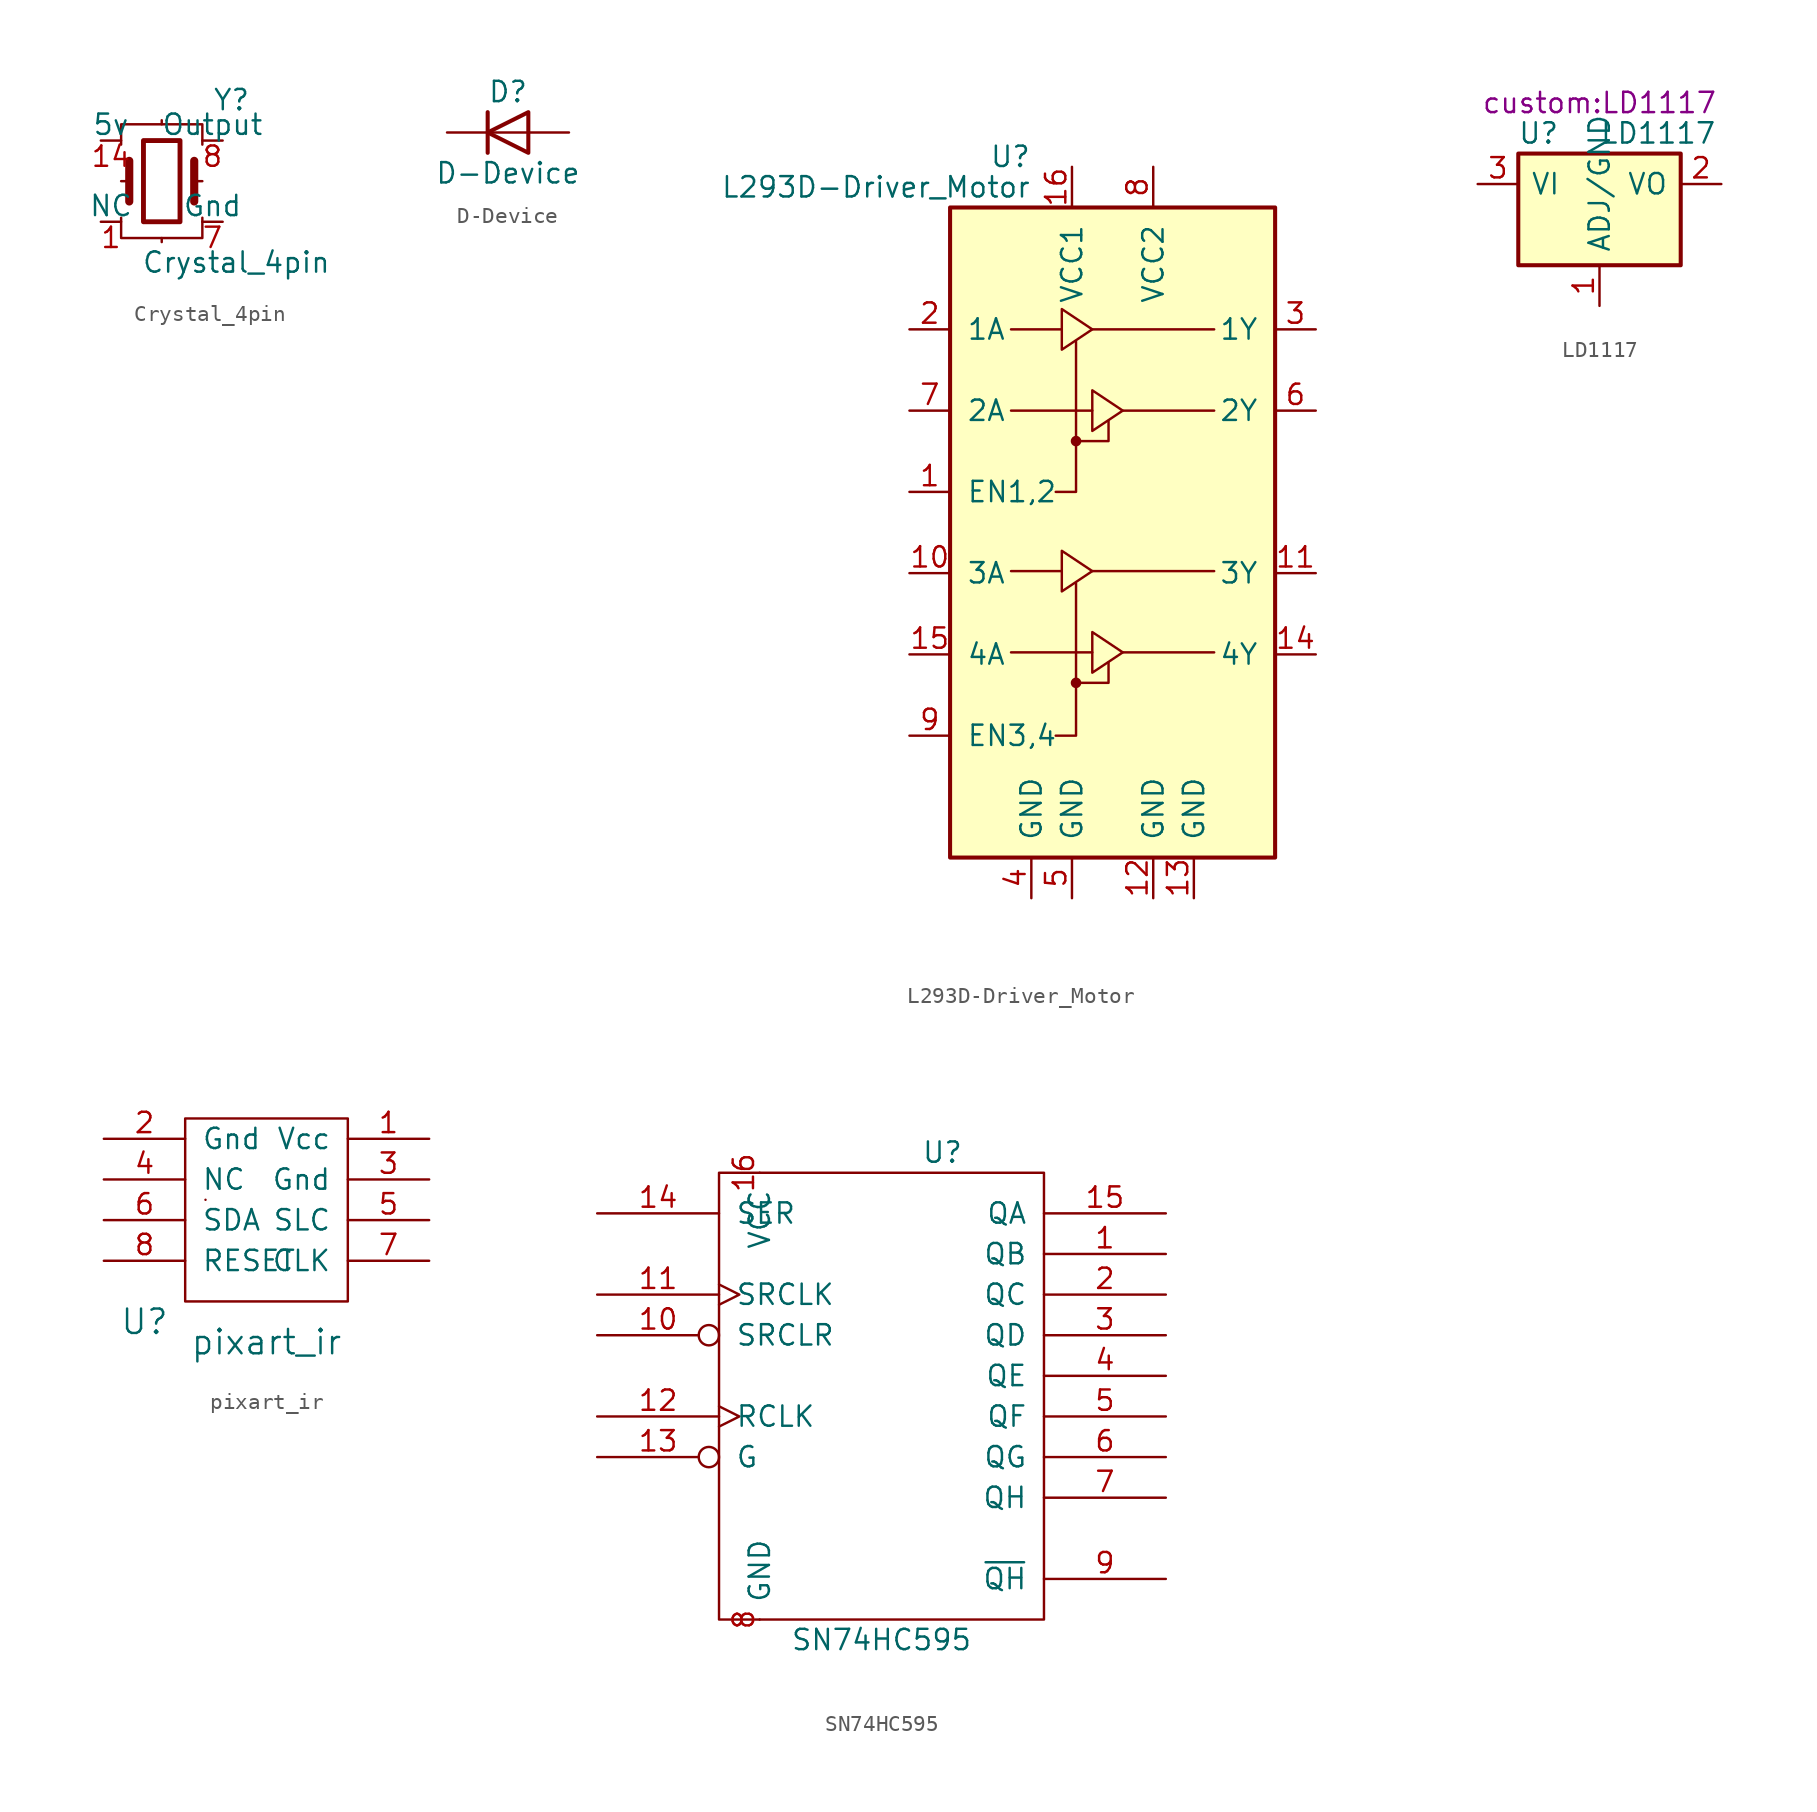
<source format=kicad_sym>
(kicad_symbol_lib
  (version 20211014)
  (generator kicad_symbol_editor)
  (symbol "Crystal_4pin"
    (pin_names
      (offset 0))
    (property "Reference" "Y"
      (at 3.175 5.08 0)
      (effects (font (size 1.27 1.27)) (justify left)))
    (property "Value" "Crystal_4pin"
      (at -1.27 -5.08 0)
      (effects (font (size 1.27 1.27)) (justify left)))
    (symbol "Crystal_4pin_0_1"
      (rectangle (start -1.143 2.54) (end 1.143 -2.54) (stroke (width 0.305) (type default) (color 0 0 0 0)) (fill (type none)))
      (polyline (pts (xy -2.54 0) (xy -2.032 0)) (stroke (width 0) (type default) (color 0 0 0 0)) (fill (type none)))
      (polyline (pts (xy -2.032 -1.27) (xy -2.032 1.27)) (stroke (width 0.508) (type default) (color 0 0 0 0)) (fill (type none)))
      (polyline (pts (xy 0 -3.81) (xy 0 -3.556)) (stroke (width 0) (type default) (color 0 0 0 0)) (fill (type none)))
      (polyline (pts (xy 0 3.556) (xy 0 3.81)) (stroke (width 0) (type default) (color 0 0 0 0)) (fill (type none)))
      (polyline (pts (xy 2.032 -1.27) (xy 2.032 1.27)) (stroke (width 0.508) (type default) (color 0 0 0 0)) (fill (type none)))
      (polyline (pts (xy 2.032 0) (xy 2.54 0)) (stroke (width 0) (type default) (color 0 0 0 0)) (fill (type none)))
      (polyline (pts (xy -2.54 -2.286) (xy -2.54 -3.556) (xy 2.54 -3.556) (xy 2.54 -2.286)) (stroke (width 0) (type default) (color 0 0 0 0)) (fill (type none)))
      (polyline (pts (xy -2.54 2.286) (xy -2.54 3.556) (xy 2.54 3.556) (xy 2.54 2.286)) (stroke (width 0) (type default) (color 0 0 0 0)) (fill (type none))))
    (symbol "Crystal_4pin_1_1"
      (pin passive line (at -3.81 -2.54 0) (length 1.27) (name "NC" (effects (font (size 1.27 1.27)))) (number "1" (effects (font (size 1.27 1.27)))))
      (pin passive line (at -3.81 2.54 0) (length 1.27) (name "5v" (effects (font (size 1.27 1.27)))) (number "14" (effects (font (size 1.27 1.27)))))
      (pin passive line (at 3.81 -2.54 180) (length 1.27) (name "Gnd" (effects (font (size 1.27 1.27)))) (number "7" (effects (font (size 1.27 1.27)))))
      (pin passive line (at 3.81 2.54 180) (length 1.27) (name "Output" (effects (font (size 1.27 1.27)))) (number "8" (effects (font (size 1.27 1.27)))))))
  (symbol "D-Device"
    (pin_numbers hide)
    (pin_names
      (offset 1.016) hide)
    (property "Reference" "D"
      (at 0 2.54 0)
      (effects (font (size 1.27 1.27))))
    (property "Value" "D-Device"
      (at 0 -2.54 0)
      (effects (font (size 1.27 1.27))))
    (symbol "D-Device_0_1"
      (polyline (pts (xy -1.27 1.27) (xy -1.27 -1.27)) (stroke (width 0.254) (type default) (color 0 0 0 0)) (fill (type none)))
      (polyline (pts (xy 1.27 0) (xy -1.27 0)) (stroke (width 0) (type default) (color 0 0 0 0)) (fill (type none)))
      (polyline (pts (xy 1.27 1.27) (xy 1.27 -1.27) (xy -1.27 0) (xy 1.27 1.27)) (stroke (width 0.254) (type default) (color 0 0 0 0)) (fill (type none))))
    (symbol "D-Device_1_1"
      (pin passive line (at -3.81 0 0) (length 2.54) (name "K" (effects (font (size 1.27 1.27)))) (number "1" (effects (font (size 1.27 1.27)))))
      (pin passive line (at 3.81 0 180) (length 2.54) (name "A" (effects (font (size 1.27 1.27)))) (number "2" (effects (font (size 1.27 1.27)))))))
  (symbol "L293D-Driver_Motor"
    (pin_names
      (offset 1.016))
    (property "Reference" "U"
      (at -5.08 26.035 0)
      (effects (font (size 1.27 1.27)) (justify right)))
    (property "Value" "L293D-Driver_Motor"
      (at -5.08 24.13 0)
      (effects (font (size 1.27 1.27)) (justify right)))
    (symbol "L293D-Driver_Motor_0_1"
      (rectangle (start -10.16 22.86) (end 10.16 -17.78) (stroke (width 0.254) (type default) (color 0 0 0 0)) (fill (type background)))
      (circle (center -2.286 -6.858) (radius 0.254) (stroke (width 0) (type default) (color 0 0 0 0)) (fill (type outline)))
      (circle (center -2.286 8.255) (radius 0.254) (stroke (width 0) (type default) (color 0 0 0 0)) (fill (type outline)))
      (polyline (pts (xy -6.35 -4.953) (xy -1.27 -4.953)) (stroke (width 0) (type default) (color 0 0 0 0)) (fill (type none)))
      (polyline (pts (xy -6.35 0.127) (xy -3.175 0.127)) (stroke (width 0) (type default) (color 0 0 0 0)) (fill (type none)))
      (polyline (pts (xy -6.35 10.16) (xy -1.27 10.16)) (stroke (width 0) (type default) (color 0 0 0 0)) (fill (type none)))
      (polyline (pts (xy -6.35 15.24) (xy -3.175 15.24)) (stroke (width 0) (type default) (color 0 0 0 0)) (fill (type none)))
      (polyline (pts (xy -1.27 0.127) (xy 6.35 0.127)) (stroke (width 0) (type default) (color 0 0 0 0)) (fill (type none)))
      (polyline (pts (xy -1.27 15.24) (xy 6.35 15.24)) (stroke (width 0) (type default) (color 0 0 0 0)) (fill (type none)))
      (polyline (pts (xy 0.635 -4.953) (xy 6.35 -4.953)) (stroke (width 0) (type default) (color 0 0 0 0)) (fill (type none)))
      (polyline (pts (xy 0.635 10.16) (xy 6.35 10.16)) (stroke (width 0) (type default) (color 0 0 0 0)) (fill (type none)))
      (polyline (pts (xy -2.286 -6.858) (xy -0.254 -6.858) (xy -0.254 -5.588)) (stroke (width 0) (type default) (color 0 0 0 0)) (fill (type none)))
      (polyline (pts (xy -2.286 -0.635) (xy -2.286 -10.16) (xy -3.556 -10.16)) (stroke (width 0) (type default) (color 0 0 0 0)) (fill (type none)))
      (polyline (pts (xy -2.286 8.255) (xy -0.254 8.255) (xy -0.254 9.525)) (stroke (width 0) (type default) (color 0 0 0 0)) (fill (type none)))
      (polyline (pts (xy -2.286 14.478) (xy -2.286 5.08) (xy -3.556 5.08)) (stroke (width 0) (type default) (color 0 0 0 0)) (fill (type none)))
      (polyline (pts (xy -3.175 1.397) (xy -3.175 -1.143) (xy -1.27 0.127) (xy -3.175 1.397)) (stroke (width 0) (type default) (color 0 0 0 0)) (fill (type none)))
      (polyline (pts (xy -3.175 16.51) (xy -3.175 13.97) (xy -1.27 15.24) (xy -3.175 16.51)) (stroke (width 0) (type default) (color 0 0 0 0)) (fill (type none)))
      (polyline (pts (xy -1.27 -3.683) (xy -1.27 -6.223) (xy 0.635 -4.953) (xy -1.27 -3.683)) (stroke (width 0) (type default) (color 0 0 0 0)) (fill (type none)))
      (polyline (pts (xy -1.27 11.43) (xy -1.27 8.89) (xy 0.635 10.16) (xy -1.27 11.43)) (stroke (width 0) (type default) (color 0 0 0 0)) (fill (type none))))
    (symbol "L293D-Driver_Motor_1_1"
      (pin input line (at -12.7 5.08 0) (length 2.54) (name "EN1,2" (effects (font (size 1.27 1.27)))) (number "1" (effects (font (size 1.27 1.27)))))
      (pin input line (at -12.7 0 0) (length 2.54) (name "3A" (effects (font (size 1.27 1.27)))) (number "10" (effects (font (size 1.27 1.27)))))
      (pin output line (at 12.7 0 180) (length 2.54) (name "3Y" (effects (font (size 1.27 1.27)))) (number "11" (effects (font (size 1.27 1.27)))))
      (pin power_in line (at 2.54 -20.32 90) (length 2.54) (name "GND" (effects (font (size 1.27 1.27)))) (number "12" (effects (font (size 1.27 1.27)))))
      (pin power_in line (at 5.08 -20.32 90) (length 2.54) (name "GND" (effects (font (size 1.27 1.27)))) (number "13" (effects (font (size 1.27 1.27)))))
      (pin output line (at 12.7 -5.08 180) (length 2.54) (name "4Y" (effects (font (size 1.27 1.27)))) (number "14" (effects (font (size 1.27 1.27)))))
      (pin input line (at -12.7 -5.08 0) (length 2.54) (name "4A" (effects (font (size 1.27 1.27)))) (number "15" (effects (font (size 1.27 1.27)))))
      (pin power_in line (at -2.54 25.4 270) (length 2.54) (name "VCC1" (effects (font (size 1.27 1.27)))) (number "16" (effects (font (size 1.27 1.27)))))
      (pin input line (at -12.7 15.24 0) (length 2.54) (name "1A" (effects (font (size 1.27 1.27)))) (number "2" (effects (font (size 1.27 1.27)))))
      (pin output line (at 12.7 15.24 180) (length 2.54) (name "1Y" (effects (font (size 1.27 1.27)))) (number "3" (effects (font (size 1.27 1.27)))))
      (pin power_in line (at -5.08 -20.32 90) (length 2.54) (name "GND" (effects (font (size 1.27 1.27)))) (number "4" (effects (font (size 1.27 1.27)))))
      (pin power_in line (at -2.54 -20.32 90) (length 2.54) (name "GND" (effects (font (size 1.27 1.27)))) (number "5" (effects (font (size 1.27 1.27)))))
      (pin output line (at 12.7 10.16 180) (length 2.54) (name "2Y" (effects (font (size 1.27 1.27)))) (number "6" (effects (font (size 1.27 1.27)))))
      (pin input line (at -12.7 10.16 0) (length 2.54) (name "2A" (effects (font (size 1.27 1.27)))) (number "7" (effects (font (size 1.27 1.27)))))
      (pin power_in line (at 2.54 25.4 270) (length 2.54) (name "VCC2" (effects (font (size 1.27 1.27)))) (number "8" (effects (font (size 1.27 1.27)))))
      (pin input line (at -12.7 -10.16 0) (length 2.54) (name "EN3,4" (effects (font (size 1.27 1.27)))) (number "9" (effects (font (size 1.27 1.27)))))))
  (symbol "LD1117"
    (pin_names
      (offset 0.762))
    (property "Reference" "U"
      (at -3.81 3.175 0)
      (effects (font (size 1.27 1.27))))
    (property "Value" "LD1117"
      (at 0 3.175 0)
      (effects (font (size 1.27 1.27)) (justify left)))
    (property "Footprint" "custom:LD1117"
      (at 0 5.08 0)
      (effects (font (size 1.27 1.27))))
    (symbol "LD1117_0_1"
      (rectangle (start -5.08 -5.08) (end 5.08 1.905) (stroke (width 0.254) (type default) (color 0 0 0 0)) (fill (type background))))
    (symbol "LD1117_1_1"
      (pin input line (at 0 -7.62 90) (length 2.54) (name "ADJ/GND" (effects (font (size 1.27 1.27)))) (number "1" (effects (font (size 1.27 1.27)))))
      (pin power_out line (at 7.62 0 180) (length 2.54) (name "VO" (effects (font (size 1.27 1.27)))) (number "2" (effects (font (size 1.27 1.27)))))
      (pin power_in line (at -7.62 0 0) (length 2.54) (name "VI" (effects (font (size 1.27 1.27)))) (number "3" (effects (font (size 1.27 1.27)))))))
  (symbol "pixart_ir"
    (pin_names
      (offset 1.016))
    (property "Reference" "U"
      (at -8.89 3.81 0)
      (effects (font (size 1.524 1.524))))
    (property "Value" "pixart_ir"
      (at -1.27 2.54 0)
      (effects (font (size 1.524 1.524))))
    (symbol "pixart_ir_0_1"
      (rectangle (start -5.08 11.43) (end -5.08 11.43) (stroke (width 0) (type default) (color 0 0 0 0)) (fill (type none)))
      (rectangle (start 3.81 5.08) (end -6.35 16.51) (stroke (width 0) (type default) (color 0 0 0 0)) (fill (type none))))
    (symbol "pixart_ir_1_1"
      (pin input line (at 8.89 15.24 180) (length 5.08) (name "Vcc" (effects (font (size 1.27 1.27)))) (number "1" (effects (font (size 1.27 1.27)))))
      (pin input line (at -11.43 15.24 0) (length 5.08) (name "Gnd" (effects (font (size 1.27 1.27)))) (number "2" (effects (font (size 1.27 1.27)))))
      (pin input line (at 8.89 12.7 180) (length 5.08) (name "Gnd" (effects (font (size 1.27 1.27)))) (number "3" (effects (font (size 1.27 1.27)))))
      (pin input line (at -11.43 12.7 0) (length 5.08) (name "NC" (effects (font (size 1.27 1.27)))) (number "4" (effects (font (size 1.27 1.27)))))
      (pin input line (at 8.89 10.16 180) (length 5.08) (name "SLC" (effects (font (size 1.27 1.27)))) (number "5" (effects (font (size 1.27 1.27)))))
      (pin input line (at -11.43 10.16 0) (length 5.08) (name "SDA" (effects (font (size 1.27 1.27)))) (number "6" (effects (font (size 1.27 1.27)))))
      (pin input line (at 8.89 7.62 180) (length 5.08) (name "CLK" (effects (font (size 1.27 1.27)))) (number "7" (effects (font (size 1.27 1.27)))))
      (pin input line (at -11.43 7.62 0) (length 5.08) (name "RESET" (effects (font (size 1.27 1.27)))) (number "8" (effects (font (size 1.27 1.27)))))))
  (symbol "SN74HC595"
    (pin_names
      (offset 1.016))
    (property "Reference" "U"
      (at 3.81 15.24 0)
      (effects (font (size 1.27 1.27))))
    (property "Value" "SN74HC595"
      (at 0 -15.24 0)
      (effects (font (size 1.27 1.27))))
    (symbol "SN74HC595_0_1"
      (rectangle (start -10.16 -13.97) (end 10.16 13.97) (stroke (width 0) (type default) (color 0 0 0 0)) (fill (type none))))
    (symbol "SN74HC595_1_1"
      (pin tri_state line (at 17.78 8.89 180) (length 7.62) (name "QB" (effects (font (size 1.27 1.27)))) (number "1" (effects (font (size 1.27 1.27)))))
      (pin input inverted (at -17.78 3.81 0) (length 7.62) (name "SRCLR" (effects (font (size 1.27 1.27)))) (number "10" (effects (font (size 1.27 1.27)))))
      (pin input clock (at -17.78 6.35 0) (length 7.62) (name "SRCLK" (effects (font (size 1.27 1.27)))) (number "11" (effects (font (size 1.27 1.27)))))
      (pin input clock (at -17.78 -1.27 0) (length 7.62) (name "RCLK" (effects (font (size 1.27 1.27)))) (number "12" (effects (font (size 1.27 1.27)))))
      (pin input inverted (at -17.78 -3.81 0) (length 7.62) (name "G" (effects (font (size 1.27 1.27)))) (number "13" (effects (font (size 1.27 1.27)))))
      (pin input line (at -17.78 11.43 0) (length 7.62) (name "SER" (effects (font (size 1.27 1.27)))) (number "14" (effects (font (size 1.27 1.27)))))
      (pin tri_state line (at 17.78 11.43 180) (length 7.62) (name "QA" (effects (font (size 1.27 1.27)))) (number "15" (effects (font (size 1.27 1.27)))))
      (pin power_in line (at -7.62 13.97 270) (length 0) (name "VCC" (effects (font (size 1.27 1.27)))) (number "16" (effects (font (size 1.27 1.27)))))
      (pin tri_state line (at 17.78 6.35 180) (length 7.62) (name "QC" (effects (font (size 1.27 1.27)))) (number "2" (effects (font (size 1.27 1.27)))))
      (pin tri_state line (at 17.78 3.81 180) (length 7.62) (name "QD" (effects (font (size 1.27 1.27)))) (number "3" (effects (font (size 1.27 1.27)))))
      (pin tri_state line (at 17.78 1.27 180) (length 7.62) (name "QE" (effects (font (size 1.27 1.27)))) (number "4" (effects (font (size 1.27 1.27)))))
      (pin tri_state line (at 17.78 -1.27 180) (length 7.62) (name "QF" (effects (font (size 1.27 1.27)))) (number "5" (effects (font (size 1.27 1.27)))))
      (pin tri_state line (at 17.78 -3.81 180) (length 7.62) (name "QG" (effects (font (size 1.27 1.27)))) (number "6" (effects (font (size 1.27 1.27)))))
      (pin tri_state line (at 17.78 -6.35 180) (length 7.62) (name "QH" (effects (font (size 1.27 1.27)))) (number "7" (effects (font (size 1.27 1.27)))))
      (pin power_in line (at -7.62 -13.97 90) (length 0) (name "GND" (effects (font (size 1.27 1.27)))) (number "8" (effects (font (size 1.27 1.27)))))
      (pin output line (at 17.78 -11.43 180) (length 7.62) (name "~{QH}" (effects (font (size 1.27 1.27)))) (number "9" (effects (font (size 1.27 1.27))))))))
</source>
